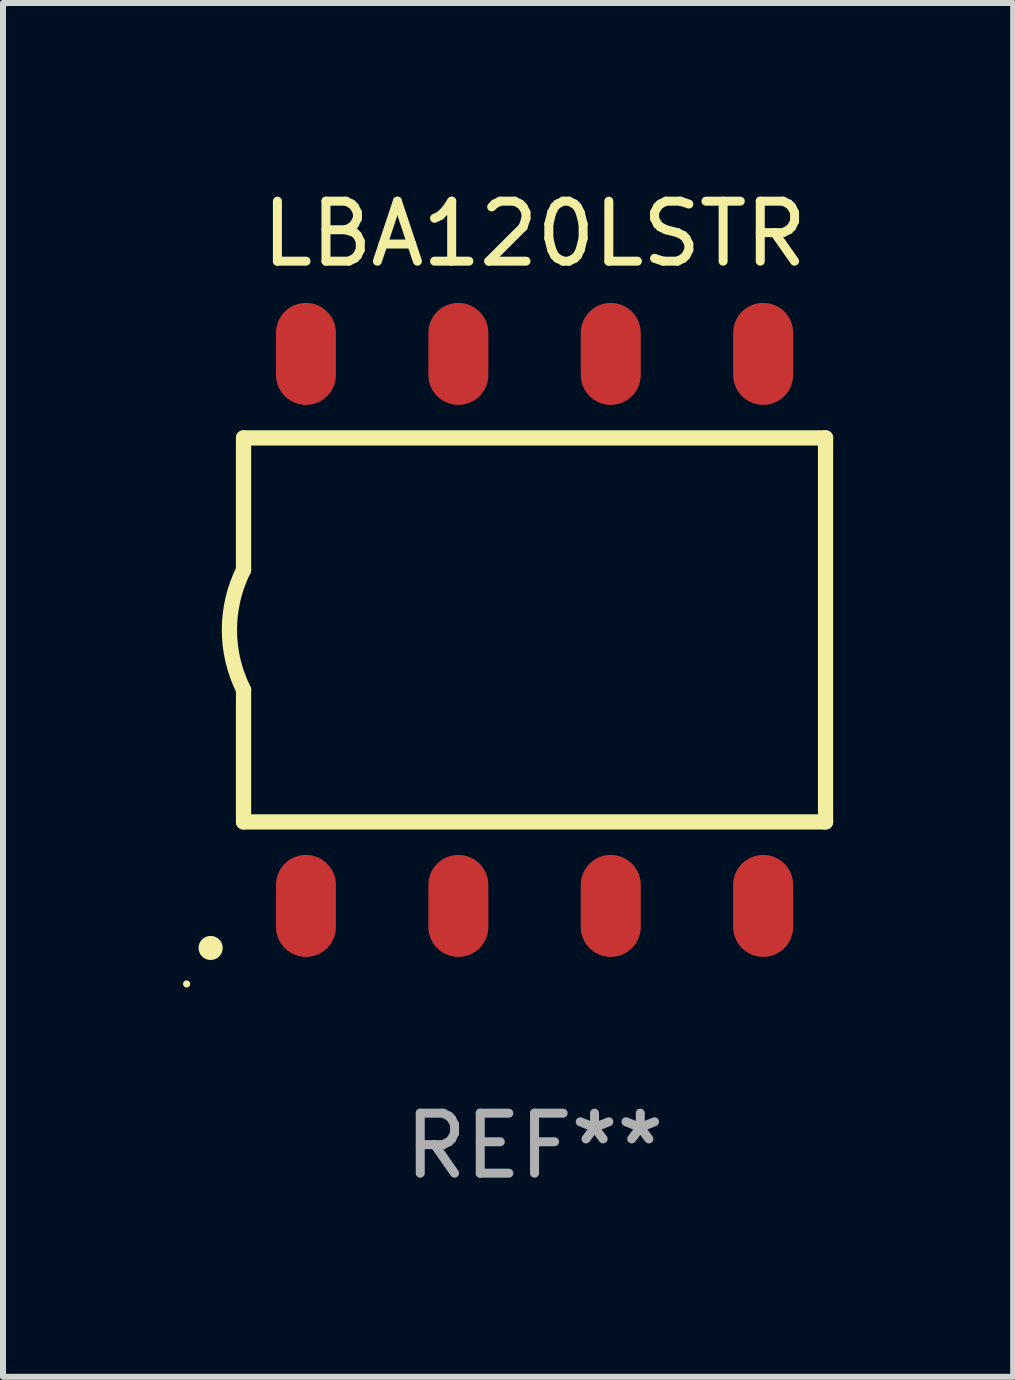
<source format=kicad_pcb>
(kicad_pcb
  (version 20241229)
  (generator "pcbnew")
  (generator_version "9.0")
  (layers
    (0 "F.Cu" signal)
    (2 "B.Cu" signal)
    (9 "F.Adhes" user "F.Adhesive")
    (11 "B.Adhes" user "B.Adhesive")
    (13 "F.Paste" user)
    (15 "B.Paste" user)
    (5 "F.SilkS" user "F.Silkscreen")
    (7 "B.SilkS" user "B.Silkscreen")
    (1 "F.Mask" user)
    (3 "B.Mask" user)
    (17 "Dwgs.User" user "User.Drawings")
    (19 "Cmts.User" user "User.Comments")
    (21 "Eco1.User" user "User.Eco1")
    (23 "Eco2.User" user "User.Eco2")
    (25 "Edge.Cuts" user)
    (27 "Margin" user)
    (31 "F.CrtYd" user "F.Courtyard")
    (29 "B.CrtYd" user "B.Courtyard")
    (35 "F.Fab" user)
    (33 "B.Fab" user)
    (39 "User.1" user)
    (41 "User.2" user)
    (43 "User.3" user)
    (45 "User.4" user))
  (footprint "LBA120LSTR"
    (layer "F.Cu")
    (at 5.859 7.448)
    (property "Reference" "LBA120LSTR" (at 0 -6.6 0) (layer "F.SilkS") (effects (font (size 1 1) (thickness 0.15))))
    (attr through_hole)
    (fp_line (start -4.85 -3.2) (end -4.85 -1) (stroke (width 0.254) (type solid)) (layer "F.SilkS"))
    (fp_line (start -4.85 -3.2) (end 4.85 -3.2) (stroke (width 0.254) (type solid)) (layer "F.SilkS"))
    (fp_line (start -4.85 3.2) (end -4.85 1) (stroke (width 0.254) (type solid)) (layer "F.SilkS"))
    (fp_line (start 4.85 -3.2) (end 4.85 3.2) (stroke (width 0.254) (type solid)) (layer "F.SilkS"))
    (fp_line (start 4.85 3.2) (end -4.85 3.2) (stroke (width 0.254) (type solid)) (layer "F.SilkS"))
    (fp_arc (start -5.400051 5.300991) (mid -5.398781 5.300987) (end -5.397511 5.300991) (stroke (width 0.4) (type solid)) (layer "F.SilkS"))
    (fp_arc (start -4.84887 1.000762) (mid -5.085418 0.000516) (end -4.850013 -1) (stroke (width 0.254001) (type solid)) (layer "F.SilkS"))
    (fp_circle (center -5.799 5.901) (end -5.769 5.901) (stroke (width 0.06) (type solid)) (fill no) (layer "F.SilkS"))
    (fp_text user "REF**" (at 0 8.6 0) (layer "F.Fab") (effects (font (size 1 1) (thickness 0.15))))
    (pad "1" smd oval (at -3.81 4.6) (size 1 1.7) (layers "F.Cu" "F.Mask" "F.Paste"))
    (pad "2" smd oval (at -1.27 4.6) (size 1 1.7) (layers "F.Cu" "F.Mask" "F.Paste"))
    (pad "3" smd oval (at 1.27 4.6) (size 1 1.7) (layers "F.Cu" "F.Mask" "F.Paste"))
    (pad "4" smd oval (at 3.81 4.6) (size 1 1.7) (layers "F.Cu" "F.Mask" "F.Paste"))
    (pad "5" smd oval (at 3.81 -4.6 180) (size 1 1.7) (layers "F.Cu" "F.Mask" "F.Paste"))
    (pad "6" smd oval (at 1.27 -4.6 180) (size 1 1.7) (layers "F.Cu" "F.Mask" "F.Paste"))
    (pad "7" smd oval (at -1.27 -4.6 180) (size 1 1.7) (layers "F.Cu" "F.Mask" "F.Paste"))
    (pad "8" smd oval (at -3.81 -4.6 180) (size 1 1.7) (layers "F.Cu" "F.Mask" "F.Paste")))
  (gr_rect
    (start -3 -3)
    (end 13.836 19.896)
    (stroke (width 0.1) (type default))
    (fill no)
    (layer "Edge.Cuts")))
</source>
